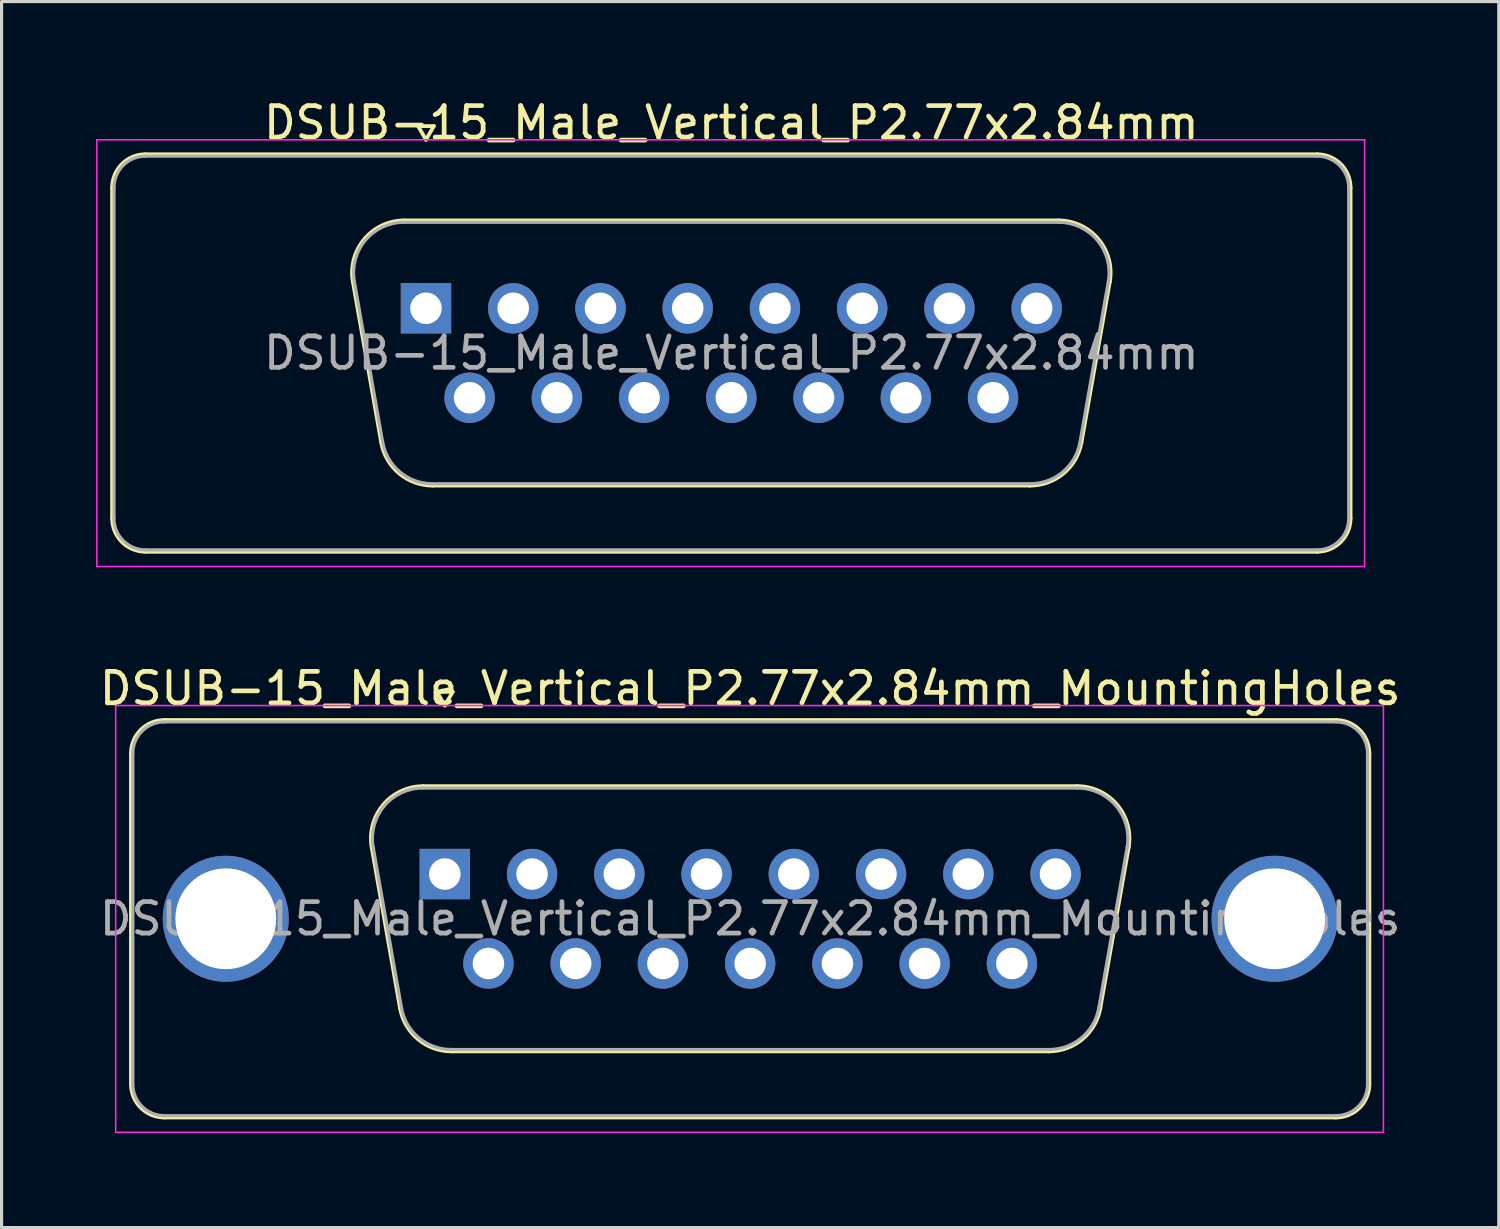
<source format=kicad_pcb>
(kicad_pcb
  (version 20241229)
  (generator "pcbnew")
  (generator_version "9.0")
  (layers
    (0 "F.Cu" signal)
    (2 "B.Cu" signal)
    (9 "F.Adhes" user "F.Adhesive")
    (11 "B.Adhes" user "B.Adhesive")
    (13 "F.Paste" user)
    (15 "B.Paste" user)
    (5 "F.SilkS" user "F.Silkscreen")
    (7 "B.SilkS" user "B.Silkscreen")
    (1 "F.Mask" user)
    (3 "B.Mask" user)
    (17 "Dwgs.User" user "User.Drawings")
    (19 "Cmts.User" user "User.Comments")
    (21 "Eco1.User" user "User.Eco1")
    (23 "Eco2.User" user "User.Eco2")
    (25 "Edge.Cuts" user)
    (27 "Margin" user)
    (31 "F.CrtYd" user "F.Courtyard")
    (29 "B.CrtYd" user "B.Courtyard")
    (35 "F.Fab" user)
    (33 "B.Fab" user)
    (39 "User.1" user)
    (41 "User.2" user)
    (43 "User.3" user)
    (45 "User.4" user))
  (footprint "DSUB-15_Male_Vertical_P2.77x2.84mm_MountingHoles"
    (layer "F.Cu")
    (at 11.073 24.701)
    (property "Reference" "DSUB-15_Male_Vertical_P2.77x2.84mm_MountingHoles" (at 9.695 -5.89 0) (layer "F.SilkS") (effects (font (size 1 1) (thickness 0.15))))
    (attr through_hole)
    (fp_line (start -9.965 6.67) (end -9.965 -3.83) (stroke (width 0.12) (type solid)) (layer "F.SilkS"))
    (fp_line (start -8.905 -4.89) (end 28.295 -4.89) (stroke (width 0.12) (type solid)) (layer "F.SilkS"))
    (fp_line (start -2.321 -0.842) (end -1.422 4.258) (stroke (width 0.12) (type solid)) (layer "F.SilkS"))
    (fp_line (start -0.687 -2.79) (end 20.077 -2.79) (stroke (width 0.12) (type solid)) (layer "F.SilkS"))
    (fp_line (start -0.25 -5.784) (end 0.25 -5.784) (stroke (width 0.12) (type solid)) (layer "F.SilkS"))
    (fp_line (start 0 -5.351) (end -0.25 -5.784) (stroke (width 0.12) (type solid)) (layer "F.SilkS"))
    (fp_line (start 0.213 5.63) (end 19.177 5.63) (stroke (width 0.12) (type solid)) (layer "F.SilkS"))
    (fp_line (start 0.25 -5.784) (end 0 -5.351) (stroke (width 0.12) (type solid)) (layer "F.SilkS"))
    (fp_line (start 21.711 -0.842) (end 20.812 4.258) (stroke (width 0.12) (type solid)) (layer "F.SilkS"))
    (fp_line (start 28.295 7.73) (end -8.905 7.73) (stroke (width 0.12) (type solid)) (layer "F.SilkS"))
    (fp_line (start 29.355 -3.83) (end 29.355 6.67) (stroke (width 0.12) (type solid)) (layer "F.SilkS"))
    (fp_arc (start -9.965 -3.83) (mid -9.654533 -4.579533) (end -8.905 -4.89) (stroke (width 0.12) (type solid)) (layer "F.SilkS"))
    (fp_arc (start -8.905 7.73) (mid -9.654533 7.419533) (end -9.965 6.67) (stroke (width 0.12) (type solid)) (layer "F.SilkS"))
    (fp_arc (start -2.32147 -0.841744) (mid -1.958323 -2.197028) (end -0.686689 -2.79) (stroke (width 0.12) (type solid)) (layer "F.SilkS"))
    (fp_arc (start 0.212579 5.63) (mid -0.854448 5.241634) (end -1.422202 4.258256) (stroke (width 0.12) (type solid)) (layer "F.SilkS"))
    (fp_arc (start 20.076689 -2.79) (mid 21.348323 -2.197027) (end 21.71147 -0.841744) (stroke (width 0.12) (type solid)) (layer "F.SilkS"))
    (fp_arc (start 20.812202 4.258256) (mid 20.244449 5.241634) (end 19.177421 5.63) (stroke (width 0.12) (type solid)) (layer "F.SilkS"))
    (fp_arc (start 28.295 -4.89) (mid 29.044533 -4.579533) (end 29.355 -3.83) (stroke (width 0.12) (type solid)) (layer "F.SilkS"))
    (fp_arc (start 29.355 6.67) (mid 29.044533 7.419533) (end 28.295 7.73) (stroke (width 0.12) (type solid)) (layer "F.SilkS"))
    (fp_line (start -10.45 -5.35) (end -10.45 8.2) (stroke (width 0.05) (type solid)) (layer "F.CrtYd"))
    (fp_line (start -10.45 8.2) (end 29.8 8.2) (stroke (width 0.05) (type solid)) (layer "F.CrtYd"))
    (fp_line (start 29.8 -5.35) (end -10.45 -5.35) (stroke (width 0.05) (type solid)) (layer "F.CrtYd"))
    (fp_line (start 29.8 8.2) (end 29.8 -5.35) (stroke (width 0.05) (type solid)) (layer "F.CrtYd"))
    (fp_line (start -9.905 6.67) (end -9.905 -3.83) (stroke (width 0.1) (type solid)) (layer "F.Fab"))
    (fp_line (start -8.905 -4.83) (end 28.295 -4.83) (stroke (width 0.1) (type solid)) (layer "F.Fab"))
    (fp_line (start -2.274 -0.852) (end -1.375 4.248) (stroke (width 0.1) (type solid)) (layer "F.Fab"))
    (fp_line (start -0.698 -2.73) (end 20.088 -2.73) (stroke (width 0.1) (type solid)) (layer "F.Fab"))
    (fp_line (start 0.201 5.57) (end 19.189 5.57) (stroke (width 0.1) (type solid)) (layer "F.Fab"))
    (fp_line (start 21.664 -0.852) (end 20.765 4.248) (stroke (width 0.1) (type solid)) (layer "F.Fab"))
    (fp_line (start 28.295 7.67) (end -8.905 7.67) (stroke (width 0.1) (type solid)) (layer "F.Fab"))
    (fp_line (start 29.295 -3.83) (end 29.295 6.67) (stroke (width 0.1) (type solid)) (layer "F.Fab"))
    (fp_arc (start -9.905 -3.83) (mid -9.612107 -4.537107) (end -8.905 -4.83) (stroke (width 0.1) (type solid)) (layer "F.Fab"))
    (fp_arc (start -8.905 7.67) (mid -9.612107 7.377107) (end -9.905 6.67) (stroke (width 0.1) (type solid)) (layer "F.Fab"))
    (fp_arc (start -2.273886 -0.852163) (mid -1.923865 -2.15846) (end -0.698194 -2.73) (stroke (width 0.1) (type solid)) (layer "F.Fab"))
    (fp_arc (start 0.201073 5.57) (mid -0.827387 5.195671) (end -1.374619 4.247837) (stroke (width 0.1) (type solid)) (layer "F.Fab"))
    (fp_arc (start 20.088194 -2.73) (mid 21.313865 -2.15846) (end 21.663886 -0.852163) (stroke (width 0.1) (type solid)) (layer "F.Fab"))
    (fp_arc (start 20.764619 4.247837) (mid 20.217387 5.195671) (end 19.188927 5.57) (stroke (width 0.1) (type solid)) (layer "F.Fab"))
    (fp_arc (start 28.295 -4.83) (mid 29.002107 -4.537107) (end 29.295 -3.83) (stroke (width 0.1) (type solid)) (layer "F.Fab"))
    (fp_arc (start 29.295 6.67) (mid 29.002107 7.377107) (end 28.295 7.67) (stroke (width 0.1) (type solid)) (layer "F.Fab"))
    (fp_text user "${REFERENCE}" (at 9.695 1.42 0) (layer "F.Fab") (effects (font (size 1 1) (thickness 0.15))))
    (pad "0" thru_hole circle (at -6.955 1.42) (size 4 4) (drill 3.2) (layers "*.Cu" "*.Mask"))
    (pad "0" thru_hole circle (at 26.345 1.42) (size 4 4) (drill 3.2) (layers "*.Cu" "*.Mask"))
    (pad "1" thru_hole rect (at 0 0) (size 1.6 1.6) (drill 1) (layers "*.Cu" "*.Mask"))
    (pad "2" thru_hole circle (at 2.77 0) (size 1.6 1.6) (drill 1) (layers "*.Cu" "*.Mask"))
    (pad "3" thru_hole circle (at 5.54 0) (size 1.6 1.6) (drill 1) (layers "*.Cu" "*.Mask"))
    (pad "4" thru_hole circle (at 8.31 0) (size 1.6 1.6) (drill 1) (layers "*.Cu" "*.Mask"))
    (pad "5" thru_hole circle (at 11.08 0) (size 1.6 1.6) (drill 1) (layers "*.Cu" "*.Mask"))
    (pad "6" thru_hole circle (at 13.85 0) (size 1.6 1.6) (drill 1) (layers "*.Cu" "*.Mask"))
    (pad "7" thru_hole circle (at 16.62 0) (size 1.6 1.6) (drill 1) (layers "*.Cu" "*.Mask"))
    (pad "8" thru_hole circle (at 19.39 0) (size 1.6 1.6) (drill 1) (layers "*.Cu" "*.Mask"))
    (pad "9" thru_hole circle (at 1.385 2.84) (size 1.6 1.6) (drill 1) (layers "*.Cu" "*.Mask"))
    (pad "10" thru_hole circle (at 4.155 2.84) (size 1.6 1.6) (drill 1) (layers "*.Cu" "*.Mask"))
    (pad "11" thru_hole circle (at 6.925 2.84) (size 1.6 1.6) (drill 1) (layers "*.Cu" "*.Mask"))
    (pad "12" thru_hole circle (at 9.695 2.84) (size 1.6 1.6) (drill 1) (layers "*.Cu" "*.Mask"))
    (pad "13" thru_hole circle (at 12.465 2.84) (size 1.6 1.6) (drill 1) (layers "*.Cu" "*.Mask"))
    (pad "14" thru_hole circle (at 15.235 2.84) (size 1.6 1.6) (drill 1) (layers "*.Cu" "*.Mask"))
    (pad "15" thru_hole circle (at 18.005 2.84) (size 1.6 1.6) (drill 1) (layers "*.Cu" "*.Mask")))
  (footprint "DSUB-15_Male_Vertical_P2.77x2.84mm"
    (layer "F.Cu")
    (at 10.475 6.738)
    (property "Reference" "DSUB-15_Male_Vertical_P2.77x2.84mm" (at 9.695 -5.89 0) (layer "F.SilkS") (effects (font (size 1 1) (thickness 0.15))))
    (attr through_hole)
    (fp_line (start -9.965 6.67) (end -9.965 -3.83) (stroke (width 0.12) (type solid)) (layer "F.SilkS"))
    (fp_line (start -8.905 -4.89) (end 28.295 -4.89) (stroke (width 0.12) (type solid)) (layer "F.SilkS"))
    (fp_line (start -2.321 -0.842) (end -1.422 4.258) (stroke (width 0.12) (type solid)) (layer "F.SilkS"))
    (fp_line (start -0.687 -2.79) (end 20.077 -2.79) (stroke (width 0.12) (type solid)) (layer "F.SilkS"))
    (fp_line (start -0.25 -5.784) (end 0.25 -5.784) (stroke (width 0.12) (type solid)) (layer "F.SilkS"))
    (fp_line (start 0 -5.351) (end -0.25 -5.784) (stroke (width 0.12) (type solid)) (layer "F.SilkS"))
    (fp_line (start 0.213 5.63) (end 19.177 5.63) (stroke (width 0.12) (type solid)) (layer "F.SilkS"))
    (fp_line (start 0.25 -5.784) (end 0 -5.351) (stroke (width 0.12) (type solid)) (layer "F.SilkS"))
    (fp_line (start 21.711 -0.842) (end 20.812 4.258) (stroke (width 0.12) (type solid)) (layer "F.SilkS"))
    (fp_line (start 28.295 7.73) (end -8.905 7.73) (stroke (width 0.12) (type solid)) (layer "F.SilkS"))
    (fp_line (start 29.355 -3.83) (end 29.355 6.67) (stroke (width 0.12) (type solid)) (layer "F.SilkS"))
    (fp_arc (start -9.965 -3.83) (mid -9.654533 -4.579533) (end -8.905 -4.89) (stroke (width 0.12) (type solid)) (layer "F.SilkS"))
    (fp_arc (start -8.905 7.73) (mid -9.654533 7.419533) (end -9.965 6.67) (stroke (width 0.12) (type solid)) (layer "F.SilkS"))
    (fp_arc (start -2.32147 -0.841744) (mid -1.958323 -2.197028) (end -0.686689 -2.79) (stroke (width 0.12) (type solid)) (layer "F.SilkS"))
    (fp_arc (start 0.212579 5.63) (mid -0.854448 5.241634) (end -1.422202 4.258256) (stroke (width 0.12) (type solid)) (layer "F.SilkS"))
    (fp_arc (start 20.076689 -2.79) (mid 21.348323 -2.197027) (end 21.71147 -0.841744) (stroke (width 0.12) (type solid)) (layer "F.SilkS"))
    (fp_arc (start 20.812202 4.258256) (mid 20.244449 5.241634) (end 19.177421 5.63) (stroke (width 0.12) (type solid)) (layer "F.SilkS"))
    (fp_arc (start 28.295 -4.89) (mid 29.044533 -4.579533) (end 29.355 -3.83) (stroke (width 0.12) (type solid)) (layer "F.SilkS"))
    (fp_arc (start 29.355 6.67) (mid 29.044533 7.419533) (end 28.295 7.73) (stroke (width 0.12) (type solid)) (layer "F.SilkS"))
    (fp_line (start -10.45 -5.35) (end -10.45 8.2) (stroke (width 0.05) (type solid)) (layer "F.CrtYd"))
    (fp_line (start -10.45 8.2) (end 29.8 8.2) (stroke (width 0.05) (type solid)) (layer "F.CrtYd"))
    (fp_line (start 29.8 -5.35) (end -10.45 -5.35) (stroke (width 0.05) (type solid)) (layer "F.CrtYd"))
    (fp_line (start 29.8 8.2) (end 29.8 -5.35) (stroke (width 0.05) (type solid)) (layer "F.CrtYd"))
    (fp_line (start -9.905 6.67) (end -9.905 -3.83) (stroke (width 0.1) (type solid)) (layer "F.Fab"))
    (fp_line (start -8.905 -4.83) (end 28.295 -4.83) (stroke (width 0.1) (type solid)) (layer "F.Fab"))
    (fp_line (start -2.274 -0.852) (end -1.375 4.248) (stroke (width 0.1) (type solid)) (layer "F.Fab"))
    (fp_line (start -0.698 -2.73) (end 20.088 -2.73) (stroke (width 0.1) (type solid)) (layer "F.Fab"))
    (fp_line (start 0.201 5.57) (end 19.189 5.57) (stroke (width 0.1) (type solid)) (layer "F.Fab"))
    (fp_line (start 21.664 -0.852) (end 20.765 4.248) (stroke (width 0.1) (type solid)) (layer "F.Fab"))
    (fp_line (start 28.295 7.67) (end -8.905 7.67) (stroke (width 0.1) (type solid)) (layer "F.Fab"))
    (fp_line (start 29.295 -3.83) (end 29.295 6.67) (stroke (width 0.1) (type solid)) (layer "F.Fab"))
    (fp_arc (start -9.905 -3.83) (mid -9.612107 -4.537107) (end -8.905 -4.83) (stroke (width 0.1) (type solid)) (layer "F.Fab"))
    (fp_arc (start -8.905 7.67) (mid -9.612107 7.377107) (end -9.905 6.67) (stroke (width 0.1) (type solid)) (layer "F.Fab"))
    (fp_arc (start -2.273886 -0.852163) (mid -1.923865 -2.15846) (end -0.698194 -2.73) (stroke (width 0.1) (type solid)) (layer "F.Fab"))
    (fp_arc (start 0.201073 5.57) (mid -0.827387 5.195671) (end -1.374619 4.247837) (stroke (width 0.1) (type solid)) (layer "F.Fab"))
    (fp_arc (start 20.088194 -2.73) (mid 21.313865 -2.15846) (end 21.663886 -0.852163) (stroke (width 0.1) (type solid)) (layer "F.Fab"))
    (fp_arc (start 20.764619 4.247837) (mid 20.217387 5.195671) (end 19.188927 5.57) (stroke (width 0.1) (type solid)) (layer "F.Fab"))
    (fp_arc (start 28.295 -4.83) (mid 29.002107 -4.537107) (end 29.295 -3.83) (stroke (width 0.1) (type solid)) (layer "F.Fab"))
    (fp_arc (start 29.295 6.67) (mid 29.002107 7.377107) (end 28.295 7.67) (stroke (width 0.1) (type solid)) (layer "F.Fab"))
    (fp_text user "${REFERENCE}" (at 9.695 1.42 0) (layer "F.Fab") (effects (font (size 1 1) (thickness 0.15))))
    (pad "1" thru_hole rect (at 0 0) (size 1.6 1.6) (drill 1) (layers "*.Cu" "*.Mask"))
    (pad "2" thru_hole circle (at 2.77 0) (size 1.6 1.6) (drill 1) (layers "*.Cu" "*.Mask"))
    (pad "3" thru_hole circle (at 5.54 0) (size 1.6 1.6) (drill 1) (layers "*.Cu" "*.Mask"))
    (pad "4" thru_hole circle (at 8.31 0) (size 1.6 1.6) (drill 1) (layers "*.Cu" "*.Mask"))
    (pad "5" thru_hole circle (at 11.08 0) (size 1.6 1.6) (drill 1) (layers "*.Cu" "*.Mask"))
    (pad "6" thru_hole circle (at 13.85 0) (size 1.6 1.6) (drill 1) (layers "*.Cu" "*.Mask"))
    (pad "7" thru_hole circle (at 16.62 0) (size 1.6 1.6) (drill 1) (layers "*.Cu" "*.Mask"))
    (pad "8" thru_hole circle (at 19.39 0) (size 1.6 1.6) (drill 1) (layers "*.Cu" "*.Mask"))
    (pad "9" thru_hole circle (at 1.385 2.84) (size 1.6 1.6) (drill 1) (layers "*.Cu" "*.Mask"))
    (pad "10" thru_hole circle (at 4.155 2.84) (size 1.6 1.6) (drill 1) (layers "*.Cu" "*.Mask"))
    (pad "11" thru_hole circle (at 6.925 2.84) (size 1.6 1.6) (drill 1) (layers "*.Cu" "*.Mask"))
    (pad "12" thru_hole circle (at 9.695 2.84) (size 1.6 1.6) (drill 1) (layers "*.Cu" "*.Mask"))
    (pad "13" thru_hole circle (at 12.465 2.84) (size 1.6 1.6) (drill 1) (layers "*.Cu" "*.Mask"))
    (pad "14" thru_hole circle (at 15.235 2.84) (size 1.6 1.6) (drill 1) (layers "*.Cu" "*.Mask"))
    (pad "15" thru_hole circle (at 18.005 2.84) (size 1.6 1.6) (drill 1) (layers "*.Cu" "*.Mask")))
  (gr_rect
    (start -3 -3)
    (end 44.536 35.926)
    (stroke (width 0.1) (type default))
    (fill no)
    (layer "Edge.Cuts")))
</source>
